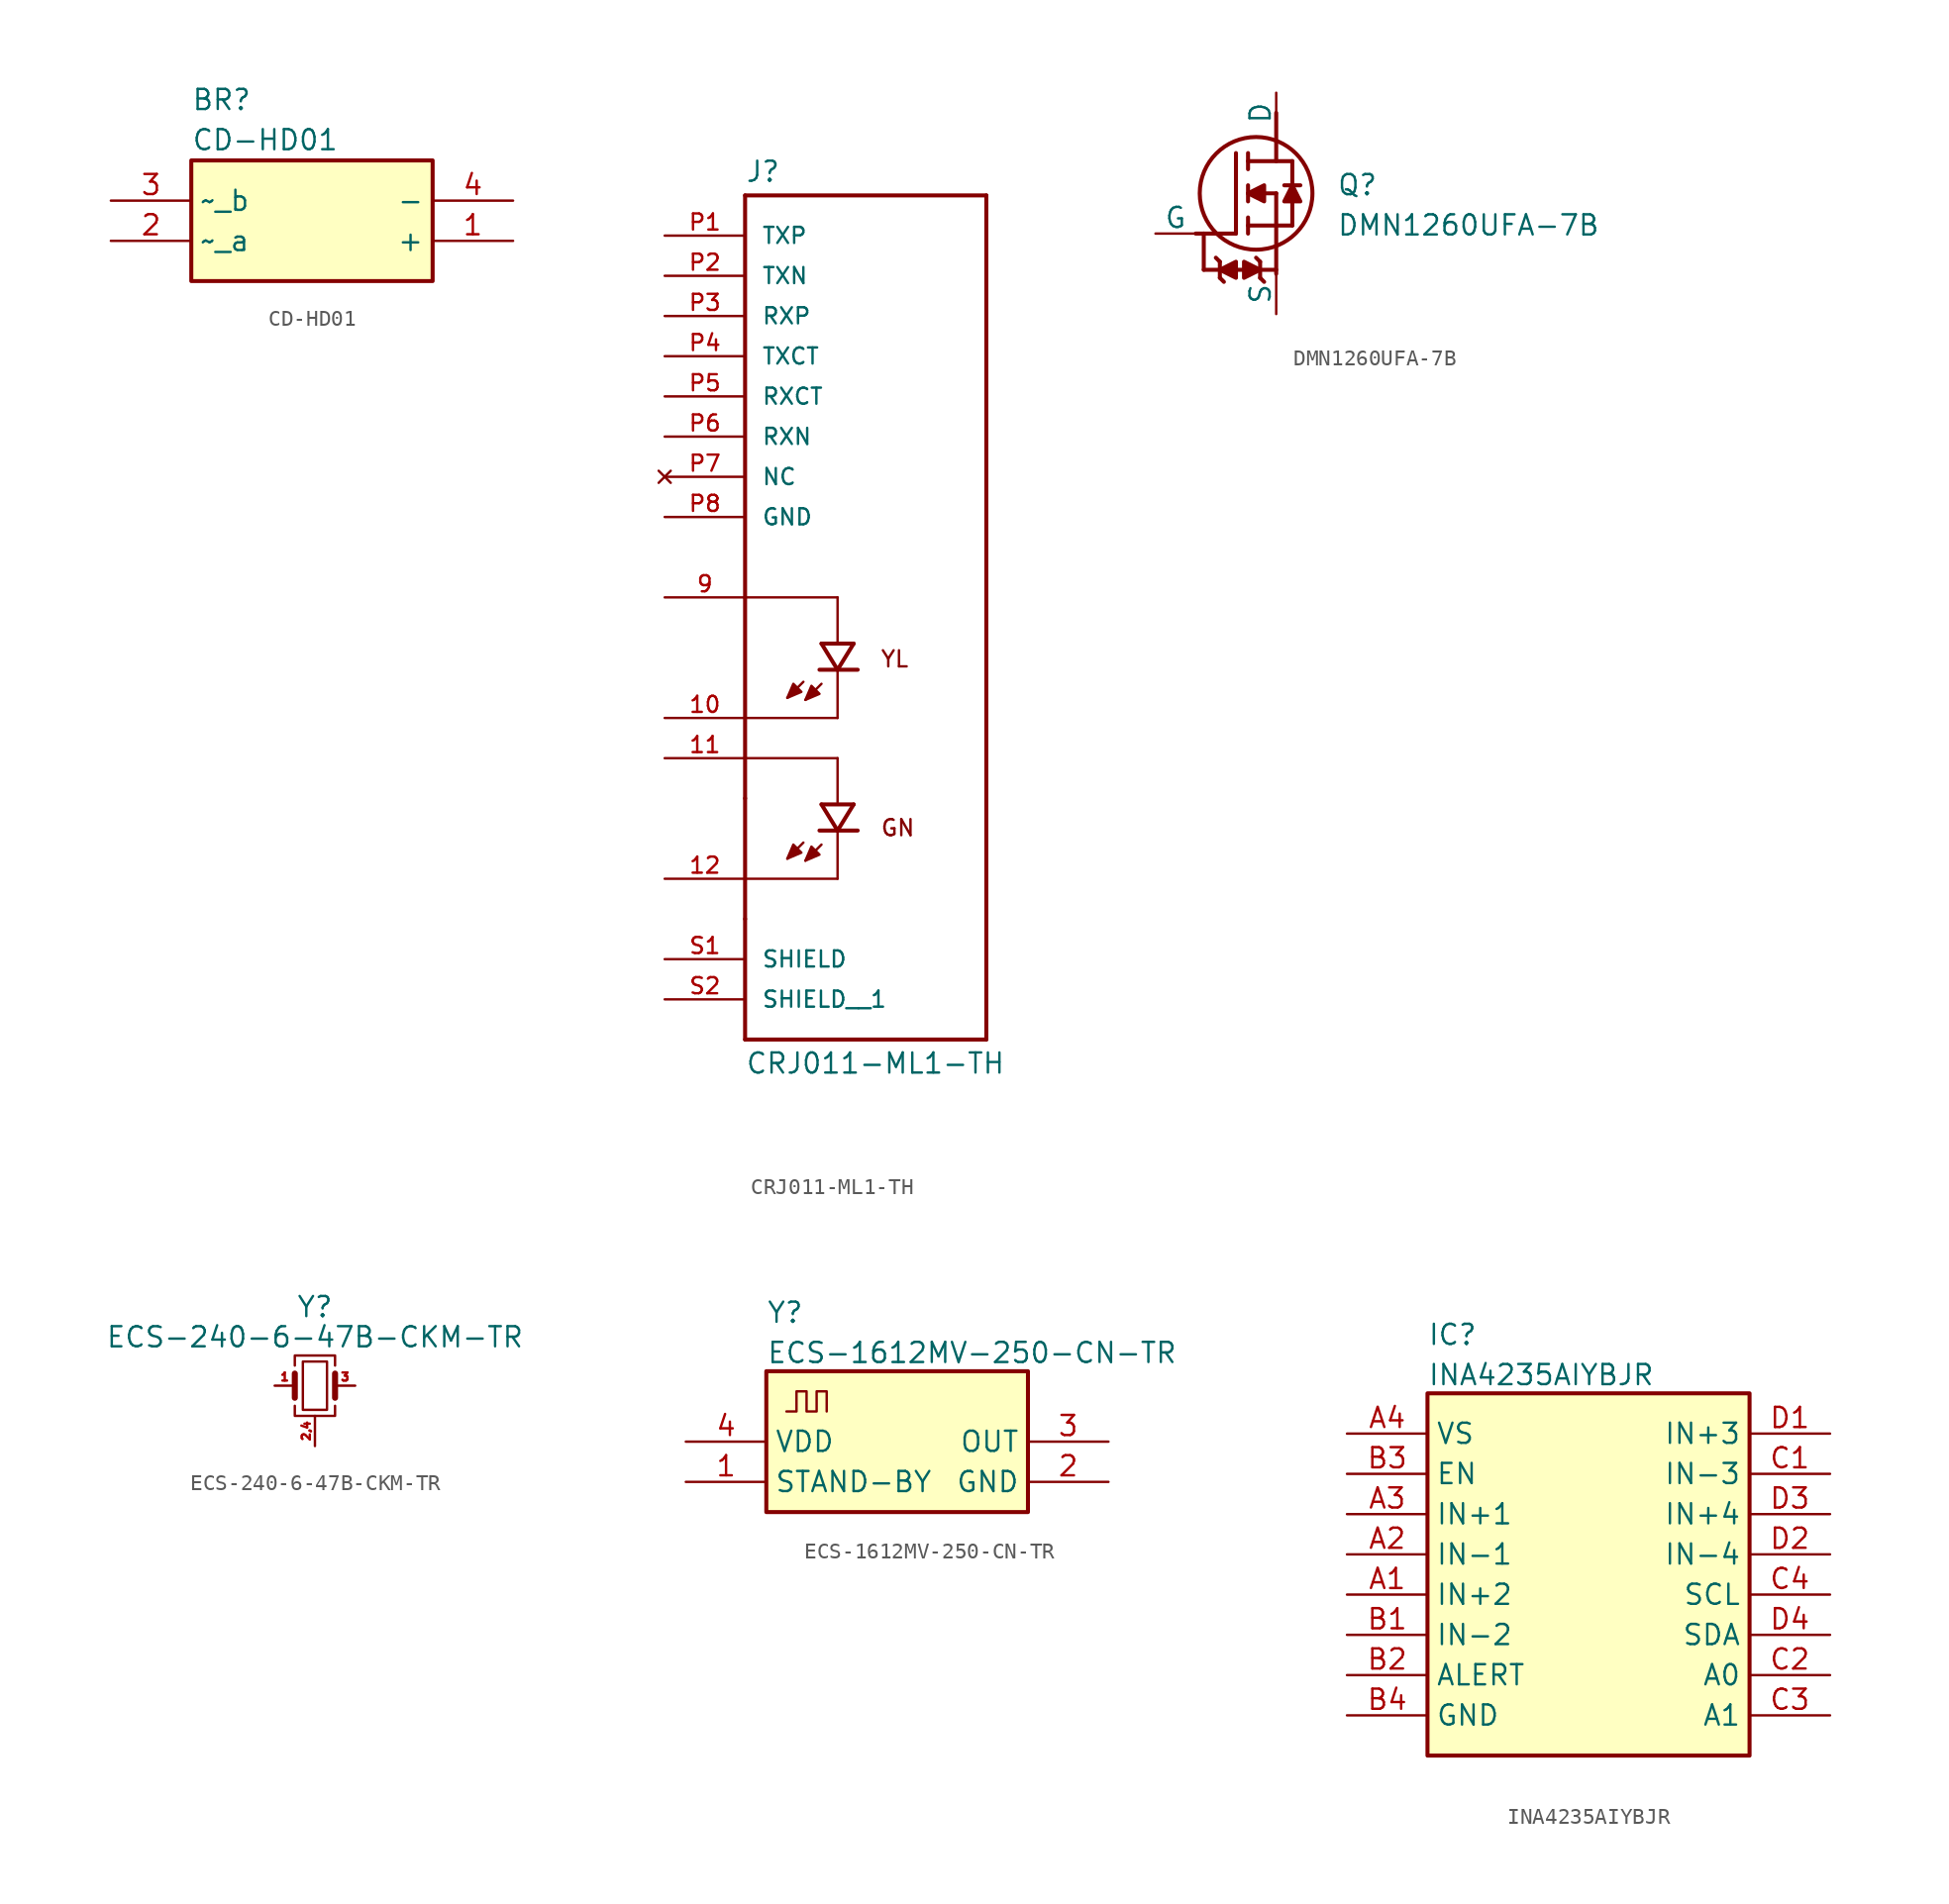
<source format=kicad_sym>
(kicad_symbol_lib
  (version 20231120)
  (generator "kicad_symbol_editor")
  (generator_version "8.0")
  (symbol "CD-HD01"
    (property "Reference" "BR"
      (at 5.08 7.112 0)
      (effects (font (size 1.27 1.27)) (justify left top)))
    (property "Value" "CD-HD01"
      (at 5.08 4.572 0)
      (effects (font (size 1.27 1.27)) (justify left top)))
    (symbol "CD-HD01_1_1"
      (rectangle (start 5.08 2.54) (end 20.32 -5.08) (stroke (width 0.254) (type default)) (fill (type background)))
      (pin passive line (at 25.4 -2.54 180) (length 5.08) (name "+" (effects (font (size 1.27 1.27)))) (number "1" (effects (font (size 1.27 1.27)))))
      (pin passive line (at 0 -2.54 0) (length 5.08) (name "~_a" (effects (font (size 1.27 1.27)))) (number "2" (effects (font (size 1.27 1.27)))))
      (pin passive line (at 0 0 0) (length 5.08) (name "~_b" (effects (font (size 1.27 1.27)))) (number "3" (effects (font (size 1.27 1.27)))))
      (pin passive line (at 25.4 0 180) (length 5.08) (name "-" (effects (font (size 1.27 1.27)))) (number "4" (effects (font (size 1.27 1.27)))))))
  (symbol "CRJ011-ML1-TH"
    (pin_names
      (offset 1.016))
    (property "Reference" "J"
      (at 5.08 3.302 0)
      (effects (font (size 1.27 1.27)) (justify left bottom)))
    (property "Value" "CRJ011-ML1-TH"
      (at 5.08 -51.562 0)
      (effects (font (size 1.27 1.27)) (justify left top)))
    (symbol "CRJ011-ML1-TH_0_0"
      (polyline (pts (xy 5.08 -50.8) (xy 20.32 -50.8)) (stroke (width 0.254) (type default)) (fill (type none)))
      (polyline (pts (xy 5.08 -43.18) (xy 5.08 -50.8)) (stroke (width 0.254) (type default)) (fill (type none)))
      (polyline (pts (xy 5.08 -35.56) (xy 5.08 -43.18)) (stroke (width 0.254) (type default)) (fill (type none)))
      (polyline (pts (xy 5.08 -33.02) (xy 5.08 -35.56)) (stroke (width 0.254) (type default)) (fill (type none)))
      (polyline (pts (xy 5.08 -22.86) (xy 5.08 -33.02)) (stroke (width 0.254) (type default)) (fill (type none)))
      (polyline (pts (xy 5.08 2.54) (xy 5.08 -22.86)) (stroke (width 0.254) (type default)) (fill (type none)))
      (polyline (pts (xy 8.763 -38.354) (xy 7.747 -39.37)) (stroke (width 0.152) (type default)) (fill (type none)))
      (polyline (pts (xy 8.763 -28.194) (xy 7.747 -29.21)) (stroke (width 0.152) (type default)) (fill (type none)))
      (polyline (pts (xy 9.779 -37.592) (xy 10.922 -37.592)) (stroke (width 0.254) (type default)) (fill (type none)))
      (polyline (pts (xy 9.779 -27.432) (xy 10.922 -27.432)) (stroke (width 0.254) (type default)) (fill (type none)))
      (polyline (pts (xy 9.906 -38.481) (xy 8.89 -39.497)) (stroke (width 0.152) (type default)) (fill (type none)))
      (polyline (pts (xy 9.906 -35.941) (xy 10.922 -37.592)) (stroke (width 0.254) (type default)) (fill (type none)))
      (polyline (pts (xy 9.906 -35.941) (xy 11.938 -35.941)) (stroke (width 0.254) (type default)) (fill (type none)))
      (polyline (pts (xy 9.906 -28.321) (xy 8.89 -29.337)) (stroke (width 0.152) (type default)) (fill (type none)))
      (polyline (pts (xy 9.906 -25.781) (xy 10.922 -27.432)) (stroke (width 0.254) (type default)) (fill (type none)))
      (polyline (pts (xy 9.906 -25.781) (xy 11.938 -25.781)) (stroke (width 0.254) (type default)) (fill (type none)))
      (polyline (pts (xy 10.922 -40.64) (xy 5.08 -40.64)) (stroke (width 0.152) (type default)) (fill (type none)))
      (polyline (pts (xy 10.922 -37.719) (xy 10.922 -40.64)) (stroke (width 0.152) (type default)) (fill (type none)))
      (polyline (pts (xy 10.922 -37.592) (xy 11.938 -35.941)) (stroke (width 0.254) (type default)) (fill (type none)))
      (polyline (pts (xy 10.922 -37.592) (xy 12.192 -37.592)) (stroke (width 0.254) (type default)) (fill (type none)))
      (polyline (pts (xy 10.922 -33.02) (xy 5.08 -33.02)) (stroke (width 0.152) (type default)) (fill (type none)))
      (polyline (pts (xy 10.922 -33.02) (xy 10.922 -35.814)) (stroke (width 0.152) (type default)) (fill (type none)))
      (polyline (pts (xy 10.922 -30.48) (xy 5.08 -30.48)) (stroke (width 0.152) (type default)) (fill (type none)))
      (polyline (pts (xy 10.922 -27.559) (xy 10.922 -30.48)) (stroke (width 0.152) (type default)) (fill (type none)))
      (polyline (pts (xy 10.922 -27.432) (xy 11.938 -25.781)) (stroke (width 0.254) (type default)) (fill (type none)))
      (polyline (pts (xy 10.922 -27.432) (xy 12.192 -27.432)) (stroke (width 0.254) (type default)) (fill (type none)))
      (polyline (pts (xy 10.922 -22.86) (xy 5.08 -22.86)) (stroke (width 0.152) (type default)) (fill (type none)))
      (polyline (pts (xy 10.922 -22.86) (xy 10.922 -25.654)) (stroke (width 0.152) (type default)) (fill (type none)))
      (polyline (pts (xy 20.32 -50.8) (xy 20.32 2.54)) (stroke (width 0.254) (type default)) (fill (type none)))
      (polyline (pts (xy 20.32 2.54) (xy 5.08 2.54)) (stroke (width 0.254) (type default)) (fill (type none)))
      (polyline (pts (xy 7.747 -39.37) (xy 8.636 -38.989) (xy 8.128 -38.481) (xy 7.747 -39.37)) (stroke (width 0.152) (type default)) (fill (type outline)))
      (polyline (pts (xy 7.747 -29.21) (xy 8.636 -28.829) (xy 8.128 -28.321) (xy 7.747 -29.21)) (stroke (width 0.152) (type default)) (fill (type outline)))
      (polyline (pts (xy 8.89 -39.497) (xy 9.779 -39.116) (xy 9.271 -38.608) (xy 8.89 -39.497)) (stroke (width 0.152) (type default)) (fill (type outline)))
      (polyline (pts (xy 8.89 -29.337) (xy 9.779 -28.956) (xy 9.271 -28.448) (xy 8.89 -29.337)) (stroke (width 0.152) (type default)) (fill (type outline)))
      (text "GN" (at 13.589 -36.83 0) (effects (font (size 1.016 1.016)) (justify left top)))
      (text "YL" (at 13.589 -26.162 0) (effects (font (size 1.016 1.016)) (justify left top)))
      (pin passive line (at 0 -30.48 0) (length 5.08) (name "~" (effects (font (size 1.016 1.016)))) (number "10" (effects (font (size 1.016 1.016)))))
      (pin passive line (at 0 -33.02 0) (length 5.08) (name "~" (effects (font (size 1.016 1.016)))) (number "11" (effects (font (size 1.016 1.016)))))
      (pin passive line (at 0 -40.64 0) (length 5.08) (name "~" (effects (font (size 1.016 1.016)))) (number "12" (effects (font (size 1.016 1.016)))))
      (pin passive line (at 0 -22.86 0) (length 5.08) (name "~" (effects (font (size 1.016 1.016)))) (number "9" (effects (font (size 1.016 1.016)))))
      (pin passive line (at 0 -45.72 0) (length 5.08) (name "SHIELD" (effects (font (size 1.016 1.016)))) (number "S1" (effects (font (size 1.016 1.016)))))
      (pin passive line (at 0 -48.26 0) (length 5.08) (name "SHIELD__1" (effects (font (size 1.016 1.016)))) (number "S2" (effects (font (size 1.016 1.016))))))
    (symbol "CRJ011-ML1-TH_1_0"
      (pin passive line (at 0 0 0) (length 5.08) (name "TXP" (effects (font (size 1.016 1.016)))) (number "P1" (effects (font (size 1.016 1.016)))))
      (pin passive line (at 0 -2.54 0) (length 5.08) (name "TXN" (effects (font (size 1.016 1.016)))) (number "P2" (effects (font (size 1.016 1.016)))))
      (pin passive line (at 0 -5.08 0) (length 5.08) (name "RXP" (effects (font (size 1.016 1.016)))) (number "P3" (effects (font (size 1.016 1.016)))))
      (pin passive line (at 0 -7.62 0) (length 5.08) (name "TXCT" (effects (font (size 1.016 1.016)))) (number "P4" (effects (font (size 1.016 1.016)))))
      (pin passive line (at 0 -10.16 0) (length 5.08) (name "RXCT" (effects (font (size 1.016 1.016)))) (number "P5" (effects (font (size 1.016 1.016)))))
      (pin passive line (at 0 -12.7 0) (length 5.08) (name "RXN" (effects (font (size 1.016 1.016)))) (number "P6" (effects (font (size 1.016 1.016)))))
      (pin no_connect line (at 0 -15.24 0) (length 5.08) (name "NC" (effects (font (size 1.016 1.016)))) (number "P7" (effects (font (size 1.016 1.016)))))
      (pin passive line (at 0 -17.78 0) (length 5.08) (name "GND" (effects (font (size 1.016 1.016)))) (number "P8" (effects (font (size 1.016 1.016)))))))
  (symbol "DMN1260UFA-7B"
    (pin_numbers hide)
    (pin_names
      (offset 0))
    (property "Reference" "Q"
      (at 11.43 3.81 0)
      (effects (font (size 1.27 1.27)) (justify left top)))
    (property "Value" "DMN1260UFA-7B"
      (at 11.43 1.27 0)
      (effects (font (size 1.27 1.27)) (justify left top)))
    (symbol "DMN1260UFA-7B_1_1"
      (polyline (pts (xy 2.54 0) (xy 5.08 0)) (stroke (width 0.254) (type default)) (fill (type none)))
      (polyline (pts (xy 3.048 0) (xy 3.048 -2.286)) (stroke (width 0.254) (type default)) (fill (type none)))
      (polyline (pts (xy 4.064 -2.794) (xy 4.064 -1.778)) (stroke (width 0.254) (type default)) (fill (type none)))
      (polyline (pts (xy 4.064 -1.778) (xy 3.81 -1.524)) (stroke (width 0.254) (type default)) (fill (type none)))
      (polyline (pts (xy 4.318 -3.048) (xy 4.064 -2.794)) (stroke (width 0.254) (type default)) (fill (type none)))
      (polyline (pts (xy 5.08 5.08) (xy 5.08 0)) (stroke (width 0.254) (type default)) (fill (type none)))
      (polyline (pts (xy 5.842 0) (xy 5.842 1.016)) (stroke (width 0.254) (type default)) (fill (type none)))
      (polyline (pts (xy 5.842 0.508) (xy 8.636 0.508)) (stroke (width 0.254) (type default)) (fill (type none)))
      (polyline (pts (xy 5.842 2.032) (xy 5.842 3.048)) (stroke (width 0.254) (type default)) (fill (type none)))
      (polyline (pts (xy 5.842 5.08) (xy 5.842 4.064)) (stroke (width 0.254) (type default)) (fill (type none)))
      (polyline (pts (xy 6.604 -1.778) (xy 6.35 -1.524)) (stroke (width 0.254) (type default)) (fill (type none)))
      (polyline (pts (xy 6.604 -1.778) (xy 6.604 -2.794)) (stroke (width 0.254) (type default)) (fill (type none)))
      (polyline (pts (xy 6.858 -3.048) (xy 6.604 -2.794)) (stroke (width 0.254) (type default)) (fill (type none)))
      (polyline (pts (xy 7.62 -2.286) (xy 3.048 -2.286)) (stroke (width 0.254) (type default)) (fill (type none)))
      (polyline (pts (xy 7.62 2.54) (xy 5.842 2.54)) (stroke (width 0.254) (type default)) (fill (type none)))
      (polyline (pts (xy 7.62 2.54) (xy 7.62 -2.54)) (stroke (width 0.254) (type default)) (fill (type none)))
      (polyline (pts (xy 7.62 4.572) (xy 7.62 7.62)) (stroke (width 0.254) (type default)) (fill (type none)))
      (polyline (pts (xy 8.128 3.048) (xy 9.144 3.048)) (stroke (width 0.254) (type default)) (fill (type none)))
      (polyline (pts (xy 8.636 0.508) (xy 8.636 4.572)) (stroke (width 0.254) (type default)) (fill (type none)))
      (polyline (pts (xy 8.636 4.572) (xy 5.842 4.572)) (stroke (width 0.254) (type default)) (fill (type none)))
      (polyline (pts (xy 4.064 -2.286) (xy 5.08 -1.778) (xy 5.08 -2.794) (xy 4.064 -2.286)) (stroke (width 0.254) (type default)) (fill (type outline)))
      (polyline (pts (xy 5.842 2.54) (xy 6.858 3.048) (xy 6.858 2.032) (xy 5.842 2.54)) (stroke (width 0.254) (type default)) (fill (type outline)))
      (polyline (pts (xy 6.604 -2.286) (xy 5.588 -2.794) (xy 5.588 -1.778) (xy 6.604 -2.286)) (stroke (width 0.254) (type default)) (fill (type outline)))
      (polyline (pts (xy 8.636 3.048) (xy 9.144 2.032) (xy 8.128 2.032) (xy 8.636 3.048)) (stroke (width 0.254) (type default)) (fill (type outline)))
      (circle (center 6.35 2.54) (radius 3.556) (stroke (width 0.254) (type default)) (fill (type none)))
      (pin passive line (at 0 0 0) (length 2.54) (name "G" (effects (font (size 1.27 1.27)))) (number "1" (effects (font (size 1.27 1.27)))))
      (pin passive line (at 7.62 -5.08 90) (length 2.54) (name "S" (effects (font (size 1.27 1.27)))) (number "2" (effects (font (size 1.27 1.27)))))
      (pin passive line (at 7.62 8.89 270) (length 2.54) (name "D" (effects (font (size 1.27 1.27)))) (number "3" (effects (font (size 1.27 1.27)))))))
  (symbol "ECS-240-6-47B-CKM-TR"
    (pin_names
      (offset 0) hide)
    (property "Reference" "Y"
      (at 0 5.715 0)
      (effects (font (size 1.27 1.27)) (justify top)))
    (property "Value" "ECS-240-6-47B-CKM-TR"
      (at 0 3.81 0)
      (effects (font (size 1.27 1.27)) (justify top)))
    (symbol "ECS-240-6-47B-CKM-TR_0_1"
      (rectangle (start -0.762 -1.524) (end 0.762 1.524) (stroke (width 0) (type default)) (fill (type none)))
      (polyline (pts (xy -1.27 -0.762) (xy -1.27 0.762)) (stroke (width 0.381) (type default)) (fill (type none)))
      (polyline (pts (xy 1.27 -0.762) (xy 1.27 0.762)) (stroke (width 0.381) (type default)) (fill (type none)))
      (polyline (pts (xy -1.27 -1.27) (xy -1.27 -1.905) (xy 1.27 -1.905) (xy 1.27 -1.27)) (stroke (width 0) (type default)) (fill (type none)))
      (polyline (pts (xy -1.27 1.27) (xy -1.27 1.905) (xy 1.27 1.905) (xy 1.27 1.27)) (stroke (width 0) (type default)) (fill (type none))))
    (symbol "ECS-240-6-47B-CKM-TR_1_1"
      (pin passive line (at -2.54 0 0) (length 1.27) (name "IN/OUT" (effects (font (size 1.27 1.27)))) (number "1" (effects (font (size 0.508 0.508)))))
      (pin passive line (at 0 -3.81 90) (length 1.905) (name "GND" (effects (font (size 1.27 1.27)))) (number "2,4" (effects (font (size 0.508 0.508)))))
      (pin passive line (at 2.54 0 180) (length 1.27) (name "OUT/IN" (effects (font (size 1.27 1.27)))) (number "3" (effects (font (size 0.508 0.508)))))))
  (symbol "ECS-1612MV-250-CN-TR"
    (property "Reference" "Y"
      (at 5.08 8.89 0)
      (effects (font (size 1.27 1.27)) (justify left top)))
    (property "Value" "ECS-1612MV-250-CN-TR"
      (at 5.08 6.35 0)
      (effects (font (size 1.27 1.27)) (justify left top)))
    (symbol "ECS-1612MV-250-CN-TR_0_1"
      (polyline (pts (xy 6.35 1.905) (xy 6.985 1.905) (xy 6.985 3.175) (xy 7.62 3.175) (xy 7.62 1.905) (xy 8.255 1.905) (xy 8.255 3.175) (xy 8.89 3.175) (xy 8.89 1.905)) (stroke (width 0) (type default)) (fill (type none))))
    (symbol "ECS-1612MV-250-CN-TR_1_1"
      (rectangle (start 5.08 4.445) (end 21.59 -4.445) (stroke (width 0.254) (type default)) (fill (type background)))
      (pin input line (at 0 -2.54 0) (length 5.08) (name "STAND-BY" (effects (font (size 1.27 1.27)))) (number "1" (effects (font (size 1.27 1.27)))))
      (pin power_in line (at 26.67 -2.54 180) (length 5.08) (name "GND" (effects (font (size 1.27 1.27)))) (number "2" (effects (font (size 1.27 1.27)))))
      (pin output line (at 26.67 0 180) (length 5.08) (name "OUT" (effects (font (size 1.27 1.27)))) (number "3" (effects (font (size 1.27 1.27)))))
      (pin power_in line (at 0 0 0) (length 5.08) (name "VDD" (effects (font (size 1.27 1.27)))) (number "4" (effects (font (size 1.27 1.27)))))))
  (symbol "INA4235AIYBJR"
    (property "Reference" "IC"
      (at 5.08 6.985 0)
      (effects (font (size 1.27 1.27)) (justify left top)))
    (property "Value" "INA4235AIYBJR"
      (at 5.08 4.445 0)
      (effects (font (size 1.27 1.27)) (justify left top)))
    (symbol "INA4235AIYBJR_1_1"
      (rectangle (start 5.08 2.54) (end 25.4 -20.32) (stroke (width 0.254) (type default)) (fill (type background)))
      (pin passive line (at 0 -10.16 0) (length 5.08) (name "IN+2" (effects (font (size 1.27 1.27)))) (number "A1" (effects (font (size 1.27 1.27)))))
      (pin passive line (at 0 -7.62 0) (length 5.08) (name "IN-1" (effects (font (size 1.27 1.27)))) (number "A2" (effects (font (size 1.27 1.27)))))
      (pin passive line (at 0 -5.08 0) (length 5.08) (name "IN+1" (effects (font (size 1.27 1.27)))) (number "A3" (effects (font (size 1.27 1.27)))))
      (pin passive line (at 0 0 0) (length 5.08) (name "VS" (effects (font (size 1.27 1.27)))) (number "A4" (effects (font (size 1.27 1.27)))))
      (pin passive line (at 0 -12.7 0) (length 5.08) (name "IN-2" (effects (font (size 1.27 1.27)))) (number "B1" (effects (font (size 1.27 1.27)))))
      (pin passive line (at 0 -15.24 0) (length 5.08) (name "ALERT" (effects (font (size 1.27 1.27)))) (number "B2" (effects (font (size 1.27 1.27)))))
      (pin passive line (at 0 -2.54 0) (length 5.08) (name "EN" (effects (font (size 1.27 1.27)))) (number "B3" (effects (font (size 1.27 1.27)))))
      (pin passive line (at 0 -17.78 0) (length 5.08) (name "GND" (effects (font (size 1.27 1.27)))) (number "B4" (effects (font (size 1.27 1.27)))))
      (pin passive line (at 30.48 -2.54 180) (length 5.08) (name "IN-3" (effects (font (size 1.27 1.27)))) (number "C1" (effects (font (size 1.27 1.27)))))
      (pin passive line (at 30.48 -15.24 180) (length 5.08) (name "A0" (effects (font (size 1.27 1.27)))) (number "C2" (effects (font (size 1.27 1.27)))))
      (pin passive line (at 30.48 -17.78 180) (length 5.08) (name "A1" (effects (font (size 1.27 1.27)))) (number "C3" (effects (font (size 1.27 1.27)))))
      (pin passive line (at 30.48 -10.16 180) (length 5.08) (name "SCL" (effects (font (size 1.27 1.27)))) (number "C4" (effects (font (size 1.27 1.27)))))
      (pin passive line (at 30.48 0 180) (length 5.08) (name "IN+3" (effects (font (size 1.27 1.27)))) (number "D1" (effects (font (size 1.27 1.27)))))
      (pin passive line (at 30.48 -7.62 180) (length 5.08) (name "IN-4" (effects (font (size 1.27 1.27)))) (number "D2" (effects (font (size 1.27 1.27)))))
      (pin passive line (at 30.48 -5.08 180) (length 5.08) (name "IN+4" (effects (font (size 1.27 1.27)))) (number "D3" (effects (font (size 1.27 1.27)))))
      (pin passive line (at 30.48 -12.7 180) (length 5.08) (name "SDA" (effects (font (size 1.27 1.27)))) (number "D4" (effects (font (size 1.27 1.27))))))))
</source>
